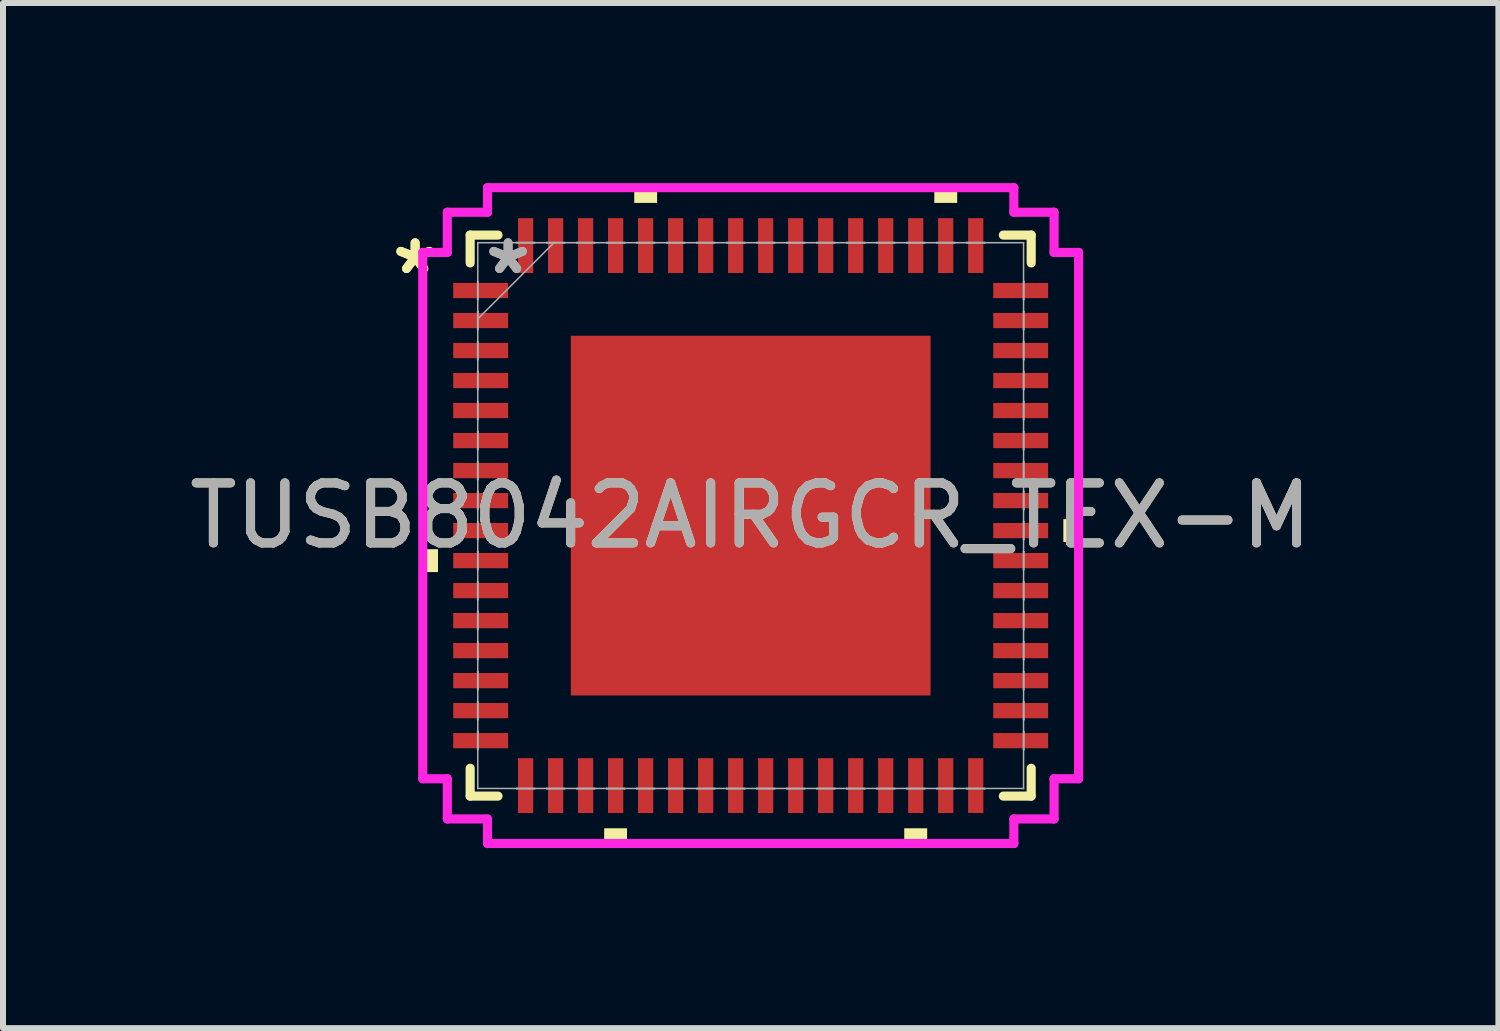
<source format=kicad_pcb>
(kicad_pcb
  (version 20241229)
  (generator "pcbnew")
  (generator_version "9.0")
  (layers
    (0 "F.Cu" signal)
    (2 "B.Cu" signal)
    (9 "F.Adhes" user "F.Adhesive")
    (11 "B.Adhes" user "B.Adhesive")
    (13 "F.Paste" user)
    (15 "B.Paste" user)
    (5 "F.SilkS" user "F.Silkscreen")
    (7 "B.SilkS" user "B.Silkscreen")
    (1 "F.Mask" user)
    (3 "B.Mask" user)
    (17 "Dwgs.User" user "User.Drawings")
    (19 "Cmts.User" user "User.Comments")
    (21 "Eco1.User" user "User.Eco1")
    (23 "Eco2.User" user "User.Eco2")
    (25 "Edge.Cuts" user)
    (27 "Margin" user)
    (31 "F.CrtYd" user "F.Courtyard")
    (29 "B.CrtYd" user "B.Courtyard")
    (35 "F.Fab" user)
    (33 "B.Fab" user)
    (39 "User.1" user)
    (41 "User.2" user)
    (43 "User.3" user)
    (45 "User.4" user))
  (footprint "TUSB8042AIRGCR_TEX-M"
    (layer "F.Cu")
    (at 9.458 5.541)
    (property "Reference" "TUSB8042AIRGCR_TEX-M" (at 0 0 0) (unlocked yes) (layer "F.SilkS") (effects (font (size 1 1) (thickness 0.15))))
    (attr smd)
    (fp_line (start -4.674 -4.674) (end -4.674 -4.21) (stroke (width 0.152) (type solid)) (layer "F.SilkS"))
    (fp_line (start -4.674 4.21) (end -4.674 4.674) (stroke (width 0.152) (type solid)) (layer "F.SilkS"))
    (fp_line (start -4.674 4.674) (end -4.21 4.674) (stroke (width 0.152) (type solid)) (layer "F.SilkS"))
    (fp_line (start -4.21 -4.674) (end -4.674 -4.674) (stroke (width 0.152) (type solid)) (layer "F.SilkS"))
    (fp_line (start 4.21 4.674) (end 4.674 4.674) (stroke (width 0.152) (type solid)) (layer "F.SilkS"))
    (fp_line (start 4.674 -4.674) (end 4.21 -4.674) (stroke (width 0.152) (type solid)) (layer "F.SilkS"))
    (fp_line (start 4.674 -4.21) (end 4.674 -4.674) (stroke (width 0.152) (type solid)) (layer "F.SilkS"))
    (fp_line (start 4.674 4.674) (end 4.674 4.21) (stroke (width 0.152) (type solid)) (layer "F.SilkS"))
    (fp_poly (pts (xy -5.464 0.56) (xy -5.464 0.941) (xy -5.21 0.941) (xy -5.21 0.56)) (stroke (width 0) (type solid)) (fill yes) (layer "F.SilkS"))
    (fp_poly (pts (xy -2.441 5.21) (xy -2.441 5.464) (xy -2.06 5.464) (xy -2.06 5.21)) (stroke (width 0) (type solid)) (fill yes) (layer "F.SilkS"))
    (fp_poly (pts (xy -1.94 -5.21) (xy -1.94 -5.464) (xy -1.559 -5.464) (xy -1.559 -5.21)) (stroke (width 0) (type solid)) (fill yes) (layer "F.SilkS"))
    (fp_poly (pts (xy 2.559 5.21) (xy 2.559 5.464) (xy 2.941 5.464) (xy 2.941 5.21)) (stroke (width 0) (type solid)) (fill yes) (layer "F.SilkS"))
    (fp_poly (pts (xy 3.06 -5.21) (xy 3.06 -5.464) (xy 3.441 -5.464) (xy 3.441 -5.21)) (stroke (width 0) (type solid)) (fill yes) (layer "F.SilkS"))
    (fp_poly (pts (xy 5.464 0.059) (xy 5.464 0.441) (xy 5.21 0.441) (xy 5.21 0.059)) (stroke (width 0) (type solid)) (fill yes) (layer "F.SilkS"))
    (fp_poly (pts (xy -2.897 -2.897) (xy -2.897 -1.599) (xy -1.599 -1.599) (xy -1.599 -2.897)) (stroke (width 0) (type solid)) (fill yes) (layer "F.Paste"))
    (fp_poly (pts (xy -2.897 -1.399) (xy -2.897 -0.1) (xy -1.599 -0.1) (xy -1.599 -1.399)) (stroke (width 0) (type solid)) (fill yes) (layer "F.Paste"))
    (fp_poly (pts (xy -2.897 0.1) (xy -2.897 1.399) (xy -1.599 1.399) (xy -1.599 0.1)) (stroke (width 0) (type solid)) (fill yes) (layer "F.Paste"))
    (fp_poly (pts (xy -2.897 1.599) (xy -2.897 2.897) (xy -1.599 2.897) (xy -1.599 1.599)) (stroke (width 0) (type solid)) (fill yes) (layer "F.Paste"))
    (fp_poly (pts (xy -1.399 -2.897) (xy -1.399 -1.599) (xy -0.1 -1.599) (xy -0.1 -2.897)) (stroke (width 0) (type solid)) (fill yes) (layer "F.Paste"))
    (fp_poly (pts (xy -1.399 -1.399) (xy -1.399 -0.1) (xy -0.1 -0.1) (xy -0.1 -1.399)) (stroke (width 0) (type solid)) (fill yes) (layer "F.Paste"))
    (fp_poly (pts (xy -1.399 0.1) (xy -1.399 1.399) (xy -0.1 1.399) (xy -0.1 0.1)) (stroke (width 0) (type solid)) (fill yes) (layer "F.Paste"))
    (fp_poly (pts (xy -1.399 1.599) (xy -1.399 2.897) (xy -0.1 2.897) (xy -0.1 1.599)) (stroke (width 0) (type solid)) (fill yes) (layer "F.Paste"))
    (fp_poly (pts (xy 0.1 -2.897) (xy 0.1 -1.599) (xy 1.399 -1.599) (xy 1.399 -2.897)) (stroke (width 0) (type solid)) (fill yes) (layer "F.Paste"))
    (fp_poly (pts (xy 0.1 -1.399) (xy 0.1 -0.1) (xy 1.399 -0.1) (xy 1.399 -1.399)) (stroke (width 0) (type solid)) (fill yes) (layer "F.Paste"))
    (fp_poly (pts (xy 0.1 0.1) (xy 0.1 1.399) (xy 1.399 1.399) (xy 1.399 0.1)) (stroke (width 0) (type solid)) (fill yes) (layer "F.Paste"))
    (fp_poly (pts (xy 0.1 1.599) (xy 0.1 2.897) (xy 1.399 2.897) (xy 1.399 1.599)) (stroke (width 0) (type solid)) (fill yes) (layer "F.Paste"))
    (fp_poly (pts (xy 1.599 -2.897) (xy 1.599 -1.599) (xy 2.897 -1.599) (xy 2.897 -2.897)) (stroke (width 0) (type solid)) (fill yes) (layer "F.Paste"))
    (fp_poly (pts (xy 1.599 -1.399) (xy 1.599 -0.1) (xy 2.897 -0.1) (xy 2.897 -1.399)) (stroke (width 0) (type solid)) (fill yes) (layer "F.Paste"))
    (fp_poly (pts (xy 1.599 0.1) (xy 1.599 1.399) (xy 2.897 1.399) (xy 2.897 0.1)) (stroke (width 0) (type solid)) (fill yes) (layer "F.Paste"))
    (fp_poly (pts (xy 1.599 1.599) (xy 1.599 2.897) (xy 2.897 2.897) (xy 2.897 1.599)) (stroke (width 0) (type solid)) (fill yes) (layer "F.Paste"))
    (fp_line (start -5.464 -4.385) (end -5.055 -4.385) (stroke (width 0.152) (type solid)) (layer "F.CrtYd"))
    (fp_line (start -5.464 4.385) (end -5.464 -4.385) (stroke (width 0.152) (type solid)) (layer "F.CrtYd"))
    (fp_line (start -5.055 -5.055) (end -4.385 -5.055) (stroke (width 0.152) (type solid)) (layer "F.CrtYd"))
    (fp_line (start -5.055 -4.385) (end -5.055 -5.055) (stroke (width 0.152) (type solid)) (layer "F.CrtYd"))
    (fp_line (start -5.055 4.385) (end -5.464 4.385) (stroke (width 0.152) (type solid)) (layer "F.CrtYd"))
    (fp_line (start -5.055 5.055) (end -5.055 4.385) (stroke (width 0.152) (type solid)) (layer "F.CrtYd"))
    (fp_line (start -4.385 -5.464) (end 4.385 -5.464) (stroke (width 0.152) (type solid)) (layer "F.CrtYd"))
    (fp_line (start -4.385 -5.055) (end -4.385 -5.464) (stroke (width 0.152) (type solid)) (layer "F.CrtYd"))
    (fp_line (start -4.385 5.055) (end -5.055 5.055) (stroke (width 0.152) (type solid)) (layer "F.CrtYd"))
    (fp_line (start -4.385 5.464) (end -4.385 5.055) (stroke (width 0.152) (type solid)) (layer "F.CrtYd"))
    (fp_line (start 4.385 -5.464) (end 4.385 -5.055) (stroke (width 0.152) (type solid)) (layer "F.CrtYd"))
    (fp_line (start 4.385 -5.055) (end 5.055 -5.055) (stroke (width 0.152) (type solid)) (layer "F.CrtYd"))
    (fp_line (start 4.385 5.055) (end 4.385 5.464) (stroke (width 0.152) (type solid)) (layer "F.CrtYd"))
    (fp_line (start 4.385 5.464) (end -4.385 5.464) (stroke (width 0.152) (type solid)) (layer "F.CrtYd"))
    (fp_line (start 5.055 -5.055) (end 5.055 -4.385) (stroke (width 0.152) (type solid)) (layer "F.CrtYd"))
    (fp_line (start 5.055 -4.385) (end 5.464 -4.385) (stroke (width 0.152) (type solid)) (layer "F.CrtYd"))
    (fp_line (start 5.055 4.385) (end 5.055 5.055) (stroke (width 0.152) (type solid)) (layer "F.CrtYd"))
    (fp_line (start 5.055 5.055) (end 4.385 5.055) (stroke (width 0.152) (type solid)) (layer "F.CrtYd"))
    (fp_line (start 5.464 -4.385) (end 5.464 4.385) (stroke (width 0.152) (type solid)) (layer "F.CrtYd"))
    (fp_line (start 5.464 4.385) (end 5.055 4.385) (stroke (width 0.152) (type solid)) (layer "F.CrtYd"))
    (fp_line (start -4.55 -3.902) (end -4.55 -3.598) (stroke (width 0.025) (type solid)) (layer "F.Fab"))
    (fp_line (start -4.55 -3.598) (end -4.547 -3.598) (stroke (width 0.025) (type solid)) (layer "F.Fab"))
    (fp_line (start -4.55 -3.402) (end -4.55 -3.098) (stroke (width 0.025) (type solid)) (layer "F.Fab"))
    (fp_line (start -4.55 -3.098) (end -4.547 -3.098) (stroke (width 0.025) (type solid)) (layer "F.Fab"))
    (fp_line (start -4.55 -2.902) (end -4.55 -2.598) (stroke (width 0.025) (type solid)) (layer "F.Fab"))
    (fp_line (start -4.55 -2.598) (end -4.547 -2.598) (stroke (width 0.025) (type solid)) (layer "F.Fab"))
    (fp_line (start -4.55 -2.402) (end -4.55 -2.098) (stroke (width 0.025) (type solid)) (layer "F.Fab"))
    (fp_line (start -4.55 -2.098) (end -4.547 -2.098) (stroke (width 0.025) (type solid)) (layer "F.Fab"))
    (fp_line (start -4.55 -1.902) (end -4.55 -1.598) (stroke (width 0.025) (type solid)) (layer "F.Fab"))
    (fp_line (start -4.55 -1.598) (end -4.547 -1.598) (stroke (width 0.025) (type solid)) (layer "F.Fab"))
    (fp_line (start -4.55 -1.402) (end -4.55 -1.098) (stroke (width 0.025) (type solid)) (layer "F.Fab"))
    (fp_line (start -4.55 -1.098) (end -4.547 -1.098) (stroke (width 0.025) (type solid)) (layer "F.Fab"))
    (fp_line (start -4.55 -0.902) (end -4.55 -0.598) (stroke (width 0.025) (type solid)) (layer "F.Fab"))
    (fp_line (start -4.55 -0.598) (end -4.547 -0.598) (stroke (width 0.025) (type solid)) (layer "F.Fab"))
    (fp_line (start -4.55 -0.402) (end -4.55 -0.098) (stroke (width 0.025) (type solid)) (layer "F.Fab"))
    (fp_line (start -4.55 -0.098) (end -4.547 -0.098) (stroke (width 0.025) (type solid)) (layer "F.Fab"))
    (fp_line (start -4.55 0.098) (end -4.55 0.402) (stroke (width 0.025) (type solid)) (layer "F.Fab"))
    (fp_line (start -4.55 0.402) (end -4.547 0.402) (stroke (width 0.025) (type solid)) (layer "F.Fab"))
    (fp_line (start -4.55 0.598) (end -4.55 0.902) (stroke (width 0.025) (type solid)) (layer "F.Fab"))
    (fp_line (start -4.55 0.902) (end -4.547 0.902) (stroke (width 0.025) (type solid)) (layer "F.Fab"))
    (fp_line (start -4.55 1.098) (end -4.55 1.402) (stroke (width 0.025) (type solid)) (layer "F.Fab"))
    (fp_line (start -4.55 1.402) (end -4.547 1.402) (stroke (width 0.025) (type solid)) (layer "F.Fab"))
    (fp_line (start -4.55 1.598) (end -4.55 1.902) (stroke (width 0.025) (type solid)) (layer "F.Fab"))
    (fp_line (start -4.55 1.902) (end -4.547 1.902) (stroke (width 0.025) (type solid)) (layer "F.Fab"))
    (fp_line (start -4.55 2.098) (end -4.55 2.402) (stroke (width 0.025) (type solid)) (layer "F.Fab"))
    (fp_line (start -4.55 2.402) (end -4.547 2.402) (stroke (width 0.025) (type solid)) (layer "F.Fab"))
    (fp_line (start -4.55 2.598) (end -4.55 2.902) (stroke (width 0.025) (type solid)) (layer "F.Fab"))
    (fp_line (start -4.55 2.902) (end -4.547 2.902) (stroke (width 0.025) (type solid)) (layer "F.Fab"))
    (fp_line (start -4.55 3.098) (end -4.55 3.402) (stroke (width 0.025) (type solid)) (layer "F.Fab"))
    (fp_line (start -4.55 3.402) (end -4.547 3.402) (stroke (width 0.025) (type solid)) (layer "F.Fab"))
    (fp_line (start -4.55 3.598) (end -4.55 3.902) (stroke (width 0.025) (type solid)) (layer "F.Fab"))
    (fp_line (start -4.55 3.902) (end -4.547 3.902) (stroke (width 0.025) (type solid)) (layer "F.Fab"))
    (fp_line (start -4.547 -4.547) (end -4.547 -4.547) (stroke (width 0.025) (type solid)) (layer "F.Fab"))
    (fp_line (start -4.547 -4.547) (end -4.547 4.547) (stroke (width 0.025) (type solid)) (layer "F.Fab"))
    (fp_line (start -4.547 -3.902) (end -4.55 -3.902) (stroke (width 0.025) (type solid)) (layer "F.Fab"))
    (fp_line (start -4.547 -3.598) (end -4.547 -3.902) (stroke (width 0.025) (type solid)) (layer "F.Fab"))
    (fp_line (start -4.547 -3.402) (end -4.55 -3.402) (stroke (width 0.025) (type solid)) (layer "F.Fab"))
    (fp_line (start -4.547 -3.277) (end -3.277 -4.547) (stroke (width 0.025) (type solid)) (layer "F.Fab"))
    (fp_line (start -4.547 -3.098) (end -4.547 -3.402) (stroke (width 0.025) (type solid)) (layer "F.Fab"))
    (fp_line (start -4.547 -2.902) (end -4.55 -2.902) (stroke (width 0.025) (type solid)) (layer "F.Fab"))
    (fp_line (start -4.547 -2.598) (end -4.547 -2.902) (stroke (width 0.025) (type solid)) (layer "F.Fab"))
    (fp_line (start -4.547 -2.402) (end -4.55 -2.402) (stroke (width 0.025) (type solid)) (layer "F.Fab"))
    (fp_line (start -4.547 -2.098) (end -4.547 -2.402) (stroke (width 0.025) (type solid)) (layer "F.Fab"))
    (fp_line (start -4.547 -1.902) (end -4.55 -1.902) (stroke (width 0.025) (type solid)) (layer "F.Fab"))
    (fp_line (start -4.547 -1.598) (end -4.547 -1.902) (stroke (width 0.025) (type solid)) (layer "F.Fab"))
    (fp_line (start -4.547 -1.402) (end -4.55 -1.402) (stroke (width 0.025) (type solid)) (layer "F.Fab"))
    (fp_line (start -4.547 -1.098) (end -4.547 -1.402) (stroke (width 0.025) (type solid)) (layer "F.Fab"))
    (fp_line (start -4.547 -0.902) (end -4.55 -0.902) (stroke (width 0.025) (type solid)) (layer "F.Fab"))
    (fp_line (start -4.547 -0.598) (end -4.547 -0.902) (stroke (width 0.025) (type solid)) (layer "F.Fab"))
    (fp_line (start -4.547 -0.402) (end -4.55 -0.402) (stroke (width 0.025) (type solid)) (layer "F.Fab"))
    (fp_line (start -4.547 -0.098) (end -4.547 -0.402) (stroke (width 0.025) (type solid)) (layer "F.Fab"))
    (fp_line (start -4.547 0.098) (end -4.55 0.098) (stroke (width 0.025) (type solid)) (layer "F.Fab"))
    (fp_line (start -4.547 0.402) (end -4.547 0.098) (stroke (width 0.025) (type solid)) (layer "F.Fab"))
    (fp_line (start -4.547 0.598) (end -4.55 0.598) (stroke (width 0.025) (type solid)) (layer "F.Fab"))
    (fp_line (start -4.547 0.902) (end -4.547 0.598) (stroke (width 0.025) (type solid)) (layer "F.Fab"))
    (fp_line (start -4.547 1.098) (end -4.55 1.098) (stroke (width 0.025) (type solid)) (layer "F.Fab"))
    (fp_line (start -4.547 1.402) (end -4.547 1.098) (stroke (width 0.025) (type solid)) (layer "F.Fab"))
    (fp_line (start -4.547 1.598) (end -4.55 1.598) (stroke (width 0.025) (type solid)) (layer "F.Fab"))
    (fp_line (start -4.547 1.902) (end -4.547 1.598) (stroke (width 0.025) (type solid)) (layer "F.Fab"))
    (fp_line (start -4.547 2.098) (end -4.55 2.098) (stroke (width 0.025) (type solid)) (layer "F.Fab"))
    (fp_line (start -4.547 2.402) (end -4.547 2.098) (stroke (width 0.025) (type solid)) (layer "F.Fab"))
    (fp_line (start -4.547 2.598) (end -4.55 2.598) (stroke (width 0.025) (type solid)) (layer "F.Fab"))
    (fp_line (start -4.547 2.902) (end -4.547 2.598) (stroke (width 0.025) (type solid)) (layer "F.Fab"))
    (fp_line (start -4.547 3.098) (end -4.55 3.098) (stroke (width 0.025) (type solid)) (layer "F.Fab"))
    (fp_line (start -4.547 3.402) (end -4.547 3.098) (stroke (width 0.025) (type solid)) (layer "F.Fab"))
    (fp_line (start -4.547 3.598) (end -4.55 3.598) (stroke (width 0.025) (type solid)) (layer "F.Fab"))
    (fp_line (start -4.547 3.902) (end -4.547 3.598) (stroke (width 0.025) (type solid)) (layer "F.Fab"))
    (fp_line (start -4.547 4.547) (end -4.547 4.547) (stroke (width 0.025) (type solid)) (layer "F.Fab"))
    (fp_line (start -4.547 4.547) (end 4.547 4.547) (stroke (width 0.025) (type solid)) (layer "F.Fab"))
    (fp_line (start -3.902 -4.55) (end -3.902 -4.547) (stroke (width 0.025) (type solid)) (layer "F.Fab"))
    (fp_line (start -3.902 -4.547) (end -3.598 -4.547) (stroke (width 0.025) (type solid)) (layer "F.Fab"))
    (fp_line (start -3.902 4.547) (end -3.902 4.55) (stroke (width 0.025) (type solid)) (layer "F.Fab"))
    (fp_line (start -3.902 4.55) (end -3.598 4.55) (stroke (width 0.025) (type solid)) (layer "F.Fab"))
    (fp_line (start -3.598 -4.55) (end -3.902 -4.55) (stroke (width 0.025) (type solid)) (layer "F.Fab"))
    (fp_line (start -3.598 -4.547) (end -3.598 -4.55) (stroke (width 0.025) (type solid)) (layer "F.Fab"))
    (fp_line (start -3.598 4.547) (end -3.902 4.547) (stroke (width 0.025) (type solid)) (layer "F.Fab"))
    (fp_line (start -3.598 4.55) (end -3.598 4.547) (stroke (width 0.025) (type solid)) (layer "F.Fab"))
    (fp_line (start -3.402 -4.55) (end -3.402 -4.547) (stroke (width 0.025) (type solid)) (layer "F.Fab"))
    (fp_line (start -3.402 -4.547) (end -3.098 -4.547) (stroke (width 0.025) (type solid)) (layer "F.Fab"))
    (fp_line (start -3.402 4.547) (end -3.402 4.55) (stroke (width 0.025) (type solid)) (layer "F.Fab"))
    (fp_line (start -3.402 4.55) (end -3.098 4.55) (stroke (width 0.025) (type solid)) (layer "F.Fab"))
    (fp_line (start -3.098 -4.55) (end -3.402 -4.55) (stroke (width 0.025) (type solid)) (layer "F.Fab"))
    (fp_line (start -3.098 -4.547) (end -3.098 -4.55) (stroke (width 0.025) (type solid)) (layer "F.Fab"))
    (fp_line (start -3.098 4.547) (end -3.402 4.547) (stroke (width 0.025) (type solid)) (layer "F.Fab"))
    (fp_line (start -3.098 4.55) (end -3.098 4.547) (stroke (width 0.025) (type solid)) (layer "F.Fab"))
    (fp_line (start -2.902 -4.55) (end -2.902 -4.547) (stroke (width 0.025) (type solid)) (layer "F.Fab"))
    (fp_line (start -2.902 -4.547) (end -2.598 -4.547) (stroke (width 0.025) (type solid)) (layer "F.Fab"))
    (fp_line (start -2.902 4.547) (end -2.902 4.55) (stroke (width 0.025) (type solid)) (layer "F.Fab"))
    (fp_line (start -2.902 4.55) (end -2.598 4.55) (stroke (width 0.025) (type solid)) (layer "F.Fab"))
    (fp_line (start -2.598 -4.55) (end -2.902 -4.55) (stroke (width 0.025) (type solid)) (layer "F.Fab"))
    (fp_line (start -2.598 -4.547) (end -2.598 -4.55) (stroke (width 0.025) (type solid)) (layer "F.Fab"))
    (fp_line (start -2.598 4.547) (end -2.902 4.547) (stroke (width 0.025) (type solid)) (layer "F.Fab"))
    (fp_line (start -2.598 4.55) (end -2.598 4.547) (stroke (width 0.025) (type solid)) (layer "F.Fab"))
    (fp_line (start -2.402 -4.55) (end -2.402 -4.547) (stroke (width 0.025) (type solid)) (layer "F.Fab"))
    (fp_line (start -2.402 -4.547) (end -2.098 -4.547) (stroke (width 0.025) (type solid)) (layer "F.Fab"))
    (fp_line (start -2.402 4.547) (end -2.402 4.55) (stroke (width 0.025) (type solid)) (layer "F.Fab"))
    (fp_line (start -2.402 4.55) (end -2.098 4.55) (stroke (width 0.025) (type solid)) (layer "F.Fab"))
    (fp_line (start -2.098 -4.55) (end -2.402 -4.55) (stroke (width 0.025) (type solid)) (layer "F.Fab"))
    (fp_line (start -2.098 -4.547) (end -2.098 -4.55) (stroke (width 0.025) (type solid)) (layer "F.Fab"))
    (fp_line (start -2.098 4.547) (end -2.402 4.547) (stroke (width 0.025) (type solid)) (layer "F.Fab"))
    (fp_line (start -2.098 4.55) (end -2.098 4.547) (stroke (width 0.025) (type solid)) (layer "F.Fab"))
    (fp_line (start -1.902 -4.55) (end -1.902 -4.547) (stroke (width 0.025) (type solid)) (layer "F.Fab"))
    (fp_line (start -1.902 -4.547) (end -1.598 -4.547) (stroke (width 0.025) (type solid)) (layer "F.Fab"))
    (fp_line (start -1.902 4.547) (end -1.902 4.55) (stroke (width 0.025) (type solid)) (layer "F.Fab"))
    (fp_line (start -1.902 4.55) (end -1.598 4.55) (stroke (width 0.025) (type solid)) (layer "F.Fab"))
    (fp_line (start -1.598 -4.55) (end -1.902 -4.55) (stroke (width 0.025) (type solid)) (layer "F.Fab"))
    (fp_line (start -1.598 -4.547) (end -1.598 -4.55) (stroke (width 0.025) (type solid)) (layer "F.Fab"))
    (fp_line (start -1.598 4.547) (end -1.902 4.547) (stroke (width 0.025) (type solid)) (layer "F.Fab"))
    (fp_line (start -1.598 4.55) (end -1.598 4.547) (stroke (width 0.025) (type solid)) (layer "F.Fab"))
    (fp_line (start -1.402 -4.55) (end -1.402 -4.547) (stroke (width 0.025) (type solid)) (layer "F.Fab"))
    (fp_line (start -1.402 -4.547) (end -1.098 -4.547) (stroke (width 0.025) (type solid)) (layer "F.Fab"))
    (fp_line (start -1.402 4.547) (end -1.402 4.55) (stroke (width 0.025) (type solid)) (layer "F.Fab"))
    (fp_line (start -1.402 4.55) (end -1.098 4.55) (stroke (width 0.025) (type solid)) (layer "F.Fab"))
    (fp_line (start -1.098 -4.55) (end -1.402 -4.55) (stroke (width 0.025) (type solid)) (layer "F.Fab"))
    (fp_line (start -1.098 -4.547) (end -1.098 -4.55) (stroke (width 0.025) (type solid)) (layer "F.Fab"))
    (fp_line (start -1.098 4.547) (end -1.402 4.547) (stroke (width 0.025) (type solid)) (layer "F.Fab"))
    (fp_line (start -1.098 4.55) (end -1.098 4.547) (stroke (width 0.025) (type solid)) (layer "F.Fab"))
    (fp_line (start -0.902 -4.55) (end -0.902 -4.547) (stroke (width 0.025) (type solid)) (layer "F.Fab"))
    (fp_line (start -0.902 -4.547) (end -0.598 -4.547) (stroke (width 0.025) (type solid)) (layer "F.Fab"))
    (fp_line (start -0.902 4.547) (end -0.902 4.55) (stroke (width 0.025) (type solid)) (layer "F.Fab"))
    (fp_line (start -0.902 4.55) (end -0.598 4.55) (stroke (width 0.025) (type solid)) (layer "F.Fab"))
    (fp_line (start -0.598 -4.55) (end -0.902 -4.55) (stroke (width 0.025) (type solid)) (layer "F.Fab"))
    (fp_line (start -0.598 -4.547) (end -0.598 -4.55) (stroke (width 0.025) (type solid)) (layer "F.Fab"))
    (fp_line (start -0.598 4.547) (end -0.902 4.547) (stroke (width 0.025) (type solid)) (layer "F.Fab"))
    (fp_line (start -0.598 4.55) (end -0.598 4.547) (stroke (width 0.025) (type solid)) (layer "F.Fab"))
    (fp_line (start -0.402 -4.55) (end -0.402 -4.547) (stroke (width 0.025) (type solid)) (layer "F.Fab"))
    (fp_line (start -0.402 -4.547) (end -0.098 -4.547) (stroke (width 0.025) (type solid)) (layer "F.Fab"))
    (fp_line (start -0.402 4.547) (end -0.402 4.55) (stroke (width 0.025) (type solid)) (layer "F.Fab"))
    (fp_line (start -0.402 4.55) (end -0.098 4.55) (stroke (width 0.025) (type solid)) (layer "F.Fab"))
    (fp_line (start -0.098 -4.55) (end -0.402 -4.55) (stroke (width 0.025) (type solid)) (layer "F.Fab"))
    (fp_line (start -0.098 -4.547) (end -0.098 -4.55) (stroke (width 0.025) (type solid)) (layer "F.Fab"))
    (fp_line (start -0.098 4.547) (end -0.402 4.547) (stroke (width 0.025) (type solid)) (layer "F.Fab"))
    (fp_line (start -0.098 4.55) (end -0.098 4.547) (stroke (width 0.025) (type solid)) (layer "F.Fab"))
    (fp_line (start 0.098 -4.55) (end 0.098 -4.547) (stroke (width 0.025) (type solid)) (layer "F.Fab"))
    (fp_line (start 0.098 -4.547) (end 0.402 -4.547) (stroke (width 0.025) (type solid)) (layer "F.Fab"))
    (fp_line (start 0.098 4.547) (end 0.098 4.55) (stroke (width 0.025) (type solid)) (layer "F.Fab"))
    (fp_line (start 0.098 4.55) (end 0.402 4.55) (stroke (width 0.025) (type solid)) (layer "F.Fab"))
    (fp_line (start 0.402 -4.55) (end 0.098 -4.55) (stroke (width 0.025) (type solid)) (layer "F.Fab"))
    (fp_line (start 0.402 -4.547) (end 0.402 -4.55) (stroke (width 0.025) (type solid)) (layer "F.Fab"))
    (fp_line (start 0.402 4.547) (end 0.098 4.547) (stroke (width 0.025) (type solid)) (layer "F.Fab"))
    (fp_line (start 0.402 4.55) (end 0.402 4.547) (stroke (width 0.025) (type solid)) (layer "F.Fab"))
    (fp_line (start 0.598 -4.55) (end 0.598 -4.547) (stroke (width 0.025) (type solid)) (layer "F.Fab"))
    (fp_line (start 0.598 -4.547) (end 0.902 -4.547) (stroke (width 0.025) (type solid)) (layer "F.Fab"))
    (fp_line (start 0.598 4.547) (end 0.598 4.55) (stroke (width 0.025) (type solid)) (layer "F.Fab"))
    (fp_line (start 0.598 4.55) (end 0.902 4.55) (stroke (width 0.025) (type solid)) (layer "F.Fab"))
    (fp_line (start 0.902 -4.55) (end 0.598 -4.55) (stroke (width 0.025) (type solid)) (layer "F.Fab"))
    (fp_line (start 0.902 -4.547) (end 0.902 -4.55) (stroke (width 0.025) (type solid)) (layer "F.Fab"))
    (fp_line (start 0.902 4.547) (end 0.598 4.547) (stroke (width 0.025) (type solid)) (layer "F.Fab"))
    (fp_line (start 0.902 4.55) (end 0.902 4.547) (stroke (width 0.025) (type solid)) (layer "F.Fab"))
    (fp_line (start 1.098 -4.55) (end 1.098 -4.547) (stroke (width 0.025) (type solid)) (layer "F.Fab"))
    (fp_line (start 1.098 -4.547) (end 1.402 -4.547) (stroke (width 0.025) (type solid)) (layer "F.Fab"))
    (fp_line (start 1.098 4.547) (end 1.098 4.55) (stroke (width 0.025) (type solid)) (layer "F.Fab"))
    (fp_line (start 1.098 4.55) (end 1.402 4.55) (stroke (width 0.025) (type solid)) (layer "F.Fab"))
    (fp_line (start 1.402 -4.55) (end 1.098 -4.55) (stroke (width 0.025) (type solid)) (layer "F.Fab"))
    (fp_line (start 1.402 -4.547) (end 1.402 -4.55) (stroke (width 0.025) (type solid)) (layer "F.Fab"))
    (fp_line (start 1.402 4.547) (end 1.098 4.547) (stroke (width 0.025) (type solid)) (layer "F.Fab"))
    (fp_line (start 1.402 4.55) (end 1.402 4.547) (stroke (width 0.025) (type solid)) (layer "F.Fab"))
    (fp_line (start 1.598 -4.55) (end 1.598 -4.547) (stroke (width 0.025) (type solid)) (layer "F.Fab"))
    (fp_line (start 1.598 -4.547) (end 1.902 -4.547) (stroke (width 0.025) (type solid)) (layer "F.Fab"))
    (fp_line (start 1.598 4.547) (end 1.598 4.55) (stroke (width 0.025) (type solid)) (layer "F.Fab"))
    (fp_line (start 1.598 4.55) (end 1.902 4.55) (stroke (width 0.025) (type solid)) (layer "F.Fab"))
    (fp_line (start 1.902 -4.55) (end 1.598 -4.55) (stroke (width 0.025) (type solid)) (layer "F.Fab"))
    (fp_line (start 1.902 -4.547) (end 1.902 -4.55) (stroke (width 0.025) (type solid)) (layer "F.Fab"))
    (fp_line (start 1.902 4.547) (end 1.598 4.547) (stroke (width 0.025) (type solid)) (layer "F.Fab"))
    (fp_line (start 1.902 4.55) (end 1.902 4.547) (stroke (width 0.025) (type solid)) (layer "F.Fab"))
    (fp_line (start 2.098 -4.55) (end 2.098 -4.547) (stroke (width 0.025) (type solid)) (layer "F.Fab"))
    (fp_line (start 2.098 -4.547) (end 2.402 -4.547) (stroke (width 0.025) (type solid)) (layer "F.Fab"))
    (fp_line (start 2.098 4.547) (end 2.098 4.55) (stroke (width 0.025) (type solid)) (layer "F.Fab"))
    (fp_line (start 2.098 4.55) (end 2.402 4.55) (stroke (width 0.025) (type solid)) (layer "F.Fab"))
    (fp_line (start 2.402 -4.55) (end 2.098 -4.55) (stroke (width 0.025) (type solid)) (layer "F.Fab"))
    (fp_line (start 2.402 -4.547) (end 2.402 -4.55) (stroke (width 0.025) (type solid)) (layer "F.Fab"))
    (fp_line (start 2.402 4.547) (end 2.098 4.547) (stroke (width 0.025) (type solid)) (layer "F.Fab"))
    (fp_line (start 2.402 4.55) (end 2.402 4.547) (stroke (width 0.025) (type solid)) (layer "F.Fab"))
    (fp_line (start 2.598 -4.55) (end 2.598 -4.547) (stroke (width 0.025) (type solid)) (layer "F.Fab"))
    (fp_line (start 2.598 -4.547) (end 2.902 -4.547) (stroke (width 0.025) (type solid)) (layer "F.Fab"))
    (fp_line (start 2.598 4.547) (end 2.598 4.55) (stroke (width 0.025) (type solid)) (layer "F.Fab"))
    (fp_line (start 2.598 4.55) (end 2.902 4.55) (stroke (width 0.025) (type solid)) (layer "F.Fab"))
    (fp_line (start 2.902 -4.55) (end 2.598 -4.55) (stroke (width 0.025) (type solid)) (layer "F.Fab"))
    (fp_line (start 2.902 -4.547) (end 2.902 -4.55) (stroke (width 0.025) (type solid)) (layer "F.Fab"))
    (fp_line (start 2.902 4.547) (end 2.598 4.547) (stroke (width 0.025) (type solid)) (layer "F.Fab"))
    (fp_line (start 2.902 4.55) (end 2.902 4.547) (stroke (width 0.025) (type solid)) (layer "F.Fab"))
    (fp_line (start 3.098 -4.55) (end 3.098 -4.547) (stroke (width 0.025) (type solid)) (layer "F.Fab"))
    (fp_line (start 3.098 -4.547) (end 3.402 -4.547) (stroke (width 0.025) (type solid)) (layer "F.Fab"))
    (fp_line (start 3.098 4.547) (end 3.098 4.55) (stroke (width 0.025) (type solid)) (layer "F.Fab"))
    (fp_line (start 3.098 4.55) (end 3.402 4.55) (stroke (width 0.025) (type solid)) (layer "F.Fab"))
    (fp_line (start 3.402 -4.55) (end 3.098 -4.55) (stroke (width 0.025) (type solid)) (layer "F.Fab"))
    (fp_line (start 3.402 -4.547) (end 3.402 -4.55) (stroke (width 0.025) (type solid)) (layer "F.Fab"))
    (fp_line (start 3.402 4.547) (end 3.098 4.547) (stroke (width 0.025) (type solid)) (layer "F.Fab"))
    (fp_line (start 3.402 4.55) (end 3.402 4.547) (stroke (width 0.025) (type solid)) (layer "F.Fab"))
    (fp_line (start 3.598 -4.55) (end 3.598 -4.547) (stroke (width 0.025) (type solid)) (layer "F.Fab"))
    (fp_line (start 3.598 -4.547) (end 3.902 -4.547) (stroke (width 0.025) (type solid)) (layer "F.Fab"))
    (fp_line (start 3.598 4.547) (end 3.598 4.55) (stroke (width 0.025) (type solid)) (layer "F.Fab"))
    (fp_line (start 3.598 4.55) (end 3.902 4.55) (stroke (width 0.025) (type solid)) (layer "F.Fab"))
    (fp_line (start 3.902 -4.55) (end 3.598 -4.55) (stroke (width 0.025) (type solid)) (layer "F.Fab"))
    (fp_line (start 3.902 -4.547) (end 3.902 -4.55) (stroke (width 0.025) (type solid)) (layer "F.Fab"))
    (fp_line (start 3.902 4.547) (end 3.598 4.547) (stroke (width 0.025) (type solid)) (layer "F.Fab"))
    (fp_line (start 3.902 4.55) (end 3.902 4.547) (stroke (width 0.025) (type solid)) (layer "F.Fab"))
    (fp_line (start 4.547 -4.547) (end -4.547 -4.547) (stroke (width 0.025) (type solid)) (layer "F.Fab"))
    (fp_line (start 4.547 -4.547) (end 4.547 -4.547) (stroke (width 0.025) (type solid)) (layer "F.Fab"))
    (fp_line (start 4.547 -3.902) (end 4.547 -3.598) (stroke (width 0.025) (type solid)) (layer "F.Fab"))
    (fp_line (start 4.547 -3.598) (end 4.55 -3.598) (stroke (width 0.025) (type solid)) (layer "F.Fab"))
    (fp_line (start 4.547 -3.402) (end 4.547 -3.098) (stroke (width 0.025) (type solid)) (layer "F.Fab"))
    (fp_line (start 4.547 -3.098) (end 4.55 -3.098) (stroke (width 0.025) (type solid)) (layer "F.Fab"))
    (fp_line (start 4.547 -2.902) (end 4.547 -2.598) (stroke (width 0.025) (type solid)) (layer "F.Fab"))
    (fp_line (start 4.547 -2.598) (end 4.55 -2.598) (stroke (width 0.025) (type solid)) (layer "F.Fab"))
    (fp_line (start 4.547 -2.402) (end 4.547 -2.098) (stroke (width 0.025) (type solid)) (layer "F.Fab"))
    (fp_line (start 4.547 -2.098) (end 4.55 -2.098) (stroke (width 0.025) (type solid)) (layer "F.Fab"))
    (fp_line (start 4.547 -1.902) (end 4.547 -1.598) (stroke (width 0.025) (type solid)) (layer "F.Fab"))
    (fp_line (start 4.547 -1.598) (end 4.55 -1.598) (stroke (width 0.025) (type solid)) (layer "F.Fab"))
    (fp_line (start 4.547 -1.402) (end 4.547 -1.098) (stroke (width 0.025) (type solid)) (layer "F.Fab"))
    (fp_line (start 4.547 -1.098) (end 4.55 -1.098) (stroke (width 0.025) (type solid)) (layer "F.Fab"))
    (fp_line (start 4.547 -0.902) (end 4.547 -0.598) (stroke (width 0.025) (type solid)) (layer "F.Fab"))
    (fp_line (start 4.547 -0.598) (end 4.55 -0.598) (stroke (width 0.025) (type solid)) (layer "F.Fab"))
    (fp_line (start 4.547 -0.402) (end 4.547 -0.098) (stroke (width 0.025) (type solid)) (layer "F.Fab"))
    (fp_line (start 4.547 -0.098) (end 4.55 -0.098) (stroke (width 0.025) (type solid)) (layer "F.Fab"))
    (fp_line (start 4.547 0.098) (end 4.547 0.402) (stroke (width 0.025) (type solid)) (layer "F.Fab"))
    (fp_line (start 4.547 0.402) (end 4.55 0.402) (stroke (width 0.025) (type solid)) (layer "F.Fab"))
    (fp_line (start 4.547 0.598) (end 4.547 0.902) (stroke (width 0.025) (type solid)) (layer "F.Fab"))
    (fp_line (start 4.547 0.902) (end 4.55 0.902) (stroke (width 0.025) (type solid)) (layer "F.Fab"))
    (fp_line (start 4.547 1.098) (end 4.547 1.402) (stroke (width 0.025) (type solid)) (layer "F.Fab"))
    (fp_line (start 4.547 1.402) (end 4.55 1.402) (stroke (width 0.025) (type solid)) (layer "F.Fab"))
    (fp_line (start 4.547 1.598) (end 4.547 1.902) (stroke (width 0.025) (type solid)) (layer "F.Fab"))
    (fp_line (start 4.547 1.902) (end 4.55 1.902) (stroke (width 0.025) (type solid)) (layer "F.Fab"))
    (fp_line (start 4.547 2.098) (end 4.547 2.402) (stroke (width 0.025) (type solid)) (layer "F.Fab"))
    (fp_line (start 4.547 2.402) (end 4.55 2.402) (stroke (width 0.025) (type solid)) (layer "F.Fab"))
    (fp_line (start 4.547 2.598) (end 4.547 2.902) (stroke (width 0.025) (type solid)) (layer "F.Fab"))
    (fp_line (start 4.547 2.902) (end 4.55 2.902) (stroke (width 0.025) (type solid)) (layer "F.Fab"))
    (fp_line (start 4.547 3.098) (end 4.547 3.402) (stroke (width 0.025) (type solid)) (layer "F.Fab"))
    (fp_line (start 4.547 3.402) (end 4.55 3.402) (stroke (width 0.025) (type solid)) (layer "F.Fab"))
    (fp_line (start 4.547 3.598) (end 4.547 3.902) (stroke (width 0.025) (type solid)) (layer "F.Fab"))
    (fp_line (start 4.547 3.902) (end 4.55 3.902) (stroke (width 0.025) (type solid)) (layer "F.Fab"))
    (fp_line (start 4.547 4.547) (end 4.547 -4.547) (stroke (width 0.025) (type solid)) (layer "F.Fab"))
    (fp_line (start 4.547 4.547) (end 4.547 4.547) (stroke (width 0.025) (type solid)) (layer "F.Fab"))
    (fp_line (start 4.55 -3.902) (end 4.547 -3.902) (stroke (width 0.025) (type solid)) (layer "F.Fab"))
    (fp_line (start 4.55 -3.598) (end 4.55 -3.902) (stroke (width 0.025) (type solid)) (layer "F.Fab"))
    (fp_line (start 4.55 -3.402) (end 4.547 -3.402) (stroke (width 0.025) (type solid)) (layer "F.Fab"))
    (fp_line (start 4.55 -3.098) (end 4.55 -3.402) (stroke (width 0.025) (type solid)) (layer "F.Fab"))
    (fp_line (start 4.55 -2.902) (end 4.547 -2.902) (stroke (width 0.025) (type solid)) (layer "F.Fab"))
    (fp_line (start 4.55 -2.598) (end 4.55 -2.902) (stroke (width 0.025) (type solid)) (layer "F.Fab"))
    (fp_line (start 4.55 -2.402) (end 4.547 -2.402) (stroke (width 0.025) (type solid)) (layer "F.Fab"))
    (fp_line (start 4.55 -2.098) (end 4.55 -2.402) (stroke (width 0.025) (type solid)) (layer "F.Fab"))
    (fp_line (start 4.55 -1.902) (end 4.547 -1.902) (stroke (width 0.025) (type solid)) (layer "F.Fab"))
    (fp_line (start 4.55 -1.598) (end 4.55 -1.902) (stroke (width 0.025) (type solid)) (layer "F.Fab"))
    (fp_line (start 4.55 -1.402) (end 4.547 -1.402) (stroke (width 0.025) (type solid)) (layer "F.Fab"))
    (fp_line (start 4.55 -1.098) (end 4.55 -1.402) (stroke (width 0.025) (type solid)) (layer "F.Fab"))
    (fp_line (start 4.55 -0.902) (end 4.547 -0.902) (stroke (width 0.025) (type solid)) (layer "F.Fab"))
    (fp_line (start 4.55 -0.598) (end 4.55 -0.902) (stroke (width 0.025) (type solid)) (layer "F.Fab"))
    (fp_line (start 4.55 -0.402) (end 4.547 -0.402) (stroke (width 0.025) (type solid)) (layer "F.Fab"))
    (fp_line (start 4.55 -0.098) (end 4.55 -0.402) (stroke (width 0.025) (type solid)) (layer "F.Fab"))
    (fp_line (start 4.55 0.098) (end 4.547 0.098) (stroke (width 0.025) (type solid)) (layer "F.Fab"))
    (fp_line (start 4.55 0.402) (end 4.55 0.098) (stroke (width 0.025) (type solid)) (layer "F.Fab"))
    (fp_line (start 4.55 0.598) (end 4.547 0.598) (stroke (width 0.025) (type solid)) (layer "F.Fab"))
    (fp_line (start 4.55 0.902) (end 4.55 0.598) (stroke (width 0.025) (type solid)) (layer "F.Fab"))
    (fp_line (start 4.55 1.098) (end 4.547 1.098) (stroke (width 0.025) (type solid)) (layer "F.Fab"))
    (fp_line (start 4.55 1.402) (end 4.55 1.098) (stroke (width 0.025) (type solid)) (layer "F.Fab"))
    (fp_line (start 4.55 1.598) (end 4.547 1.598) (stroke (width 0.025) (type solid)) (layer "F.Fab"))
    (fp_line (start 4.55 1.902) (end 4.55 1.598) (stroke (width 0.025) (type solid)) (layer "F.Fab"))
    (fp_line (start 4.55 2.098) (end 4.547 2.098) (stroke (width 0.025) (type solid)) (layer "F.Fab"))
    (fp_line (start 4.55 2.402) (end 4.55 2.098) (stroke (width 0.025) (type solid)) (layer "F.Fab"))
    (fp_line (start 4.55 2.598) (end 4.547 2.598) (stroke (width 0.025) (type solid)) (layer "F.Fab"))
    (fp_line (start 4.55 2.902) (end 4.55 2.598) (stroke (width 0.025) (type solid)) (layer "F.Fab"))
    (fp_line (start 4.55 3.098) (end 4.547 3.098) (stroke (width 0.025) (type solid)) (layer "F.Fab"))
    (fp_line (start 4.55 3.402) (end 4.55 3.098) (stroke (width 0.025) (type solid)) (layer "F.Fab"))
    (fp_line (start 4.55 3.598) (end 4.547 3.598) (stroke (width 0.025) (type solid)) (layer "F.Fab"))
    (fp_line (start 4.55 3.902) (end 4.55 3.598) (stroke (width 0.025) (type solid)) (layer "F.Fab"))
    (fp_text user "*" (at -5.591 -4 0) (unlocked yes) (layer "F.SilkS") (effects (font (size 1 1) (thickness 0.15))))
    (fp_text user "*" (at -5.591 -4 0) (layer "F.SilkS") (effects (font (size 1 1) (thickness 0.15))))
    (fp_text user "*" (at -4.042 -4 0) (unlocked yes) (layer "F.Fab") (effects (font (size 1 1) (thickness 0.15))))
    (fp_text user "${REFERENCE}" (at 0 0 0) (unlocked yes) (layer "F.Fab") (effects (font (size 1 1) (thickness 0.15))))
    (fp_text user "*" (at -4.042 -4 0) (layer "F.Fab") (effects (font (size 1 1) (thickness 0.15))))
    (pad "1" smd rect (at -4.499 -3.75 90) (size 0.254 0.914) (layers "F.Cu" "F.Mask" "F.Paste"))
    (pad "2" smd rect (at -4.499 -3.25 90) (size 0.254 0.914) (layers "F.Cu" "F.Mask" "F.Paste"))
    (pad "3" smd rect (at -4.499 -2.75 90) (size 0.254 0.914) (layers "F.Cu" "F.Mask" "F.Paste"))
    (pad "4" smd rect (at -4.499 -2.25 90) (size 0.254 0.914) (layers "F.Cu" "F.Mask" "F.Paste"))
    (pad "5" smd rect (at -4.499 -1.75 90) (size 0.254 0.914) (layers "F.Cu" "F.Mask" "F.Paste"))
    (pad "6" smd rect (at -4.499 -1.25 90) (size 0.254 0.914) (layers "F.Cu" "F.Mask" "F.Paste"))
    (pad "7" smd rect (at -4.499 -0.75 90) (size 0.254 0.914) (layers "F.Cu" "F.Mask" "F.Paste"))
    (pad "8" smd rect (at -4.499 -0.25 90) (size 0.254 0.914) (layers "F.Cu" "F.Mask" "F.Paste"))
    (pad "9" smd rect (at -4.499 0.25 90) (size 0.254 0.914) (layers "F.Cu" "F.Mask" "F.Paste"))
    (pad "10" smd rect (at -4.499 0.75 90) (size 0.254 0.914) (layers "F.Cu" "F.Mask" "F.Paste"))
    (pad "11" smd rect (at -4.499 1.25 90) (size 0.254 0.914) (layers "F.Cu" "F.Mask" "F.Paste"))
    (pad "12" smd rect (at -4.499 1.75 90) (size 0.254 0.914) (layers "F.Cu" "F.Mask" "F.Paste"))
    (pad "13" smd rect (at -4.499 2.25 90) (size 0.254 0.914) (layers "F.Cu" "F.Mask" "F.Paste"))
    (pad "14" smd rect (at -4.499 2.75 90) (size 0.254 0.914) (layers "F.Cu" "F.Mask" "F.Paste"))
    (pad "15" smd rect (at -4.499 3.25 90) (size 0.254 0.914) (layers "F.Cu" "F.Mask" "F.Paste"))
    (pad "16" smd rect (at -4.499 3.75 90) (size 0.254 0.914) (layers "F.Cu" "F.Mask" "F.Paste"))
    (pad "17" smd rect (at -3.75 4.499) (size 0.254 0.914) (layers "F.Cu" "F.Mask" "F.Paste"))
    (pad "18" smd rect (at -3.25 4.499) (size 0.254 0.914) (layers "F.Cu" "F.Mask" "F.Paste"))
    (pad "19" smd rect (at -2.75 4.499) (size 0.254 0.914) (layers "F.Cu" "F.Mask" "F.Paste"))
    (pad "20" smd rect (at -2.25 4.499) (size 0.254 0.914) (layers "F.Cu" "F.Mask" "F.Paste"))
    (pad "21" smd rect (at -1.75 4.499) (size 0.254 0.914) (layers "F.Cu" "F.Mask" "F.Paste"))
    (pad "22" smd rect (at -1.25 4.499) (size 0.254 0.914) (layers "F.Cu" "F.Mask" "F.Paste"))
    (pad "23" smd rect (at -0.75 4.499) (size 0.254 0.914) (layers "F.Cu" "F.Mask" "F.Paste"))
    (pad "24" smd rect (at -0.25 4.499) (size 0.254 0.914) (layers "F.Cu" "F.Mask" "F.Paste"))
    (pad "25" smd rect (at 0.25 4.499) (size 0.254 0.914) (layers "F.Cu" "F.Mask" "F.Paste"))
    (pad "26" smd rect (at 0.75 4.499) (size 0.254 0.914) (layers "F.Cu" "F.Mask" "F.Paste"))
    (pad "27" smd rect (at 1.25 4.499) (size 0.254 0.914) (layers "F.Cu" "F.Mask" "F.Paste"))
    (pad "28" smd rect (at 1.75 4.499) (size 0.254 0.914) (layers "F.Cu" "F.Mask" "F.Paste"))
    (pad "29" smd rect (at 2.25 4.499) (size 0.254 0.914) (layers "F.Cu" "F.Mask" "F.Paste"))
    (pad "30" smd rect (at 2.75 4.499) (size 0.254 0.914) (layers "F.Cu" "F.Mask" "F.Paste"))
    (pad "31" smd rect (at 3.25 4.499) (size 0.254 0.914) (layers "F.Cu" "F.Mask" "F.Paste"))
    (pad "32" smd rect (at 3.75 4.499) (size 0.254 0.914) (layers "F.Cu" "F.Mask" "F.Paste"))
    (pad "33" smd rect (at 4.499 3.75 90) (size 0.254 0.914) (layers "F.Cu" "F.Mask" "F.Paste"))
    (pad "34" smd rect (at 4.499 3.25 90) (size 0.254 0.914) (layers "F.Cu" "F.Mask" "F.Paste"))
    (pad "35" smd rect (at 4.499 2.75 90) (size 0.254 0.914) (layers "F.Cu" "F.Mask" "F.Paste"))
    (pad "36" smd rect (at 4.499 2.25 90) (size 0.254 0.914) (layers "F.Cu" "F.Mask" "F.Paste"))
    (pad "37" smd rect (at 4.499 1.75 90) (size 0.254 0.914) (layers "F.Cu" "F.Mask" "F.Paste"))
    (pad "38" smd rect (at 4.499 1.25 90) (size 0.254 0.914) (layers "F.Cu" "F.Mask" "F.Paste"))
    (pad "39" smd rect (at 4.499 0.75 90) (size 0.254 0.914) (layers "F.Cu" "F.Mask" "F.Paste"))
    (pad "40" smd rect (at 4.499 0.25 90) (size 0.254 0.914) (layers "F.Cu" "F.Mask" "F.Paste"))
    (pad "41" smd rect (at 4.499 -0.25 90) (size 0.254 0.914) (layers "F.Cu" "F.Mask" "F.Paste"))
    (pad "42" smd rect (at 4.499 -0.75 90) (size 0.254 0.914) (layers "F.Cu" "F.Mask" "F.Paste"))
    (pad "43" smd rect (at 4.499 -1.25 90) (size 0.254 0.914) (layers "F.Cu" "F.Mask" "F.Paste"))
    (pad "44" smd rect (at 4.499 -1.75 90) (size 0.254 0.914) (layers "F.Cu" "F.Mask" "F.Paste"))
    (pad "45" smd rect (at 4.499 -2.25 90) (size 0.254 0.914) (layers "F.Cu" "F.Mask" "F.Paste"))
    (pad "46" smd rect (at 4.499 -2.75 90) (size 0.254 0.914) (layers "F.Cu" "F.Mask" "F.Paste"))
    (pad "47" smd rect (at 4.499 -3.25 90) (size 0.254 0.914) (layers "F.Cu" "F.Mask" "F.Paste"))
    (pad "48" smd rect (at 4.499 -3.75 90) (size 0.254 0.914) (layers "F.Cu" "F.Mask" "F.Paste"))
    (pad "49" smd rect (at 3.75 -4.499) (size 0.254 0.914) (layers "F.Cu" "F.Mask" "F.Paste"))
    (pad "50" smd rect (at 3.25 -4.499) (size 0.254 0.914) (layers "F.Cu" "F.Mask" "F.Paste"))
    (pad "51" smd rect (at 2.75 -4.499) (size 0.254 0.914) (layers "F.Cu" "F.Mask" "F.Paste"))
    (pad "52" smd rect (at 2.25 -4.499) (size 0.254 0.914) (layers "F.Cu" "F.Mask" "F.Paste"))
    (pad "53" smd rect (at 1.75 -4.499) (size 0.254 0.914) (layers "F.Cu" "F.Mask" "F.Paste"))
    (pad "54" smd rect (at 1.25 -4.499) (size 0.254 0.914) (layers "F.Cu" "F.Mask" "F.Paste"))
    (pad "55" smd rect (at 0.75 -4.499) (size 0.254 0.914) (layers "F.Cu" "F.Mask" "F.Paste"))
    (pad "56" smd rect (at 0.25 -4.499) (size 0.254 0.914) (layers "F.Cu" "F.Mask" "F.Paste"))
    (pad "57" smd rect (at -0.25 -4.499) (size 0.254 0.914) (layers "F.Cu" "F.Mask" "F.Paste"))
    (pad "58" smd rect (at -0.75 -4.499) (size 0.254 0.914) (layers "F.Cu" "F.Mask" "F.Paste"))
    (pad "59" smd rect (at -1.25 -4.499) (size 0.254 0.914) (layers "F.Cu" "F.Mask" "F.Paste"))
    (pad "60" smd rect (at -1.75 -4.499) (size 0.254 0.914) (layers "F.Cu" "F.Mask" "F.Paste"))
    (pad "61" smd rect (at -2.25 -4.499) (size 0.254 0.914) (layers "F.Cu" "F.Mask" "F.Paste"))
    (pad "62" smd rect (at -2.75 -4.499) (size 0.254 0.914) (layers "F.Cu" "F.Mask" "F.Paste"))
    (pad "63" smd rect (at -3.25 -4.499) (size 0.254 0.914) (layers "F.Cu" "F.Mask" "F.Paste"))
    (pad "64" smd rect (at -3.75 -4.499) (size 0.254 0.914) (layers "F.Cu" "F.Mask" "F.Paste"))
    (pad "65" smd rect (at 0 0) (size 5.994 5.994) (layers "F.Cu" "F.Mask" "F.Paste")))
  (gr_rect
    (start -3 -3)
    (end 21.917 14.081)
    (stroke (width 0.1) (type default))
    (fill no)
    (layer "Edge.Cuts")))
</source>
